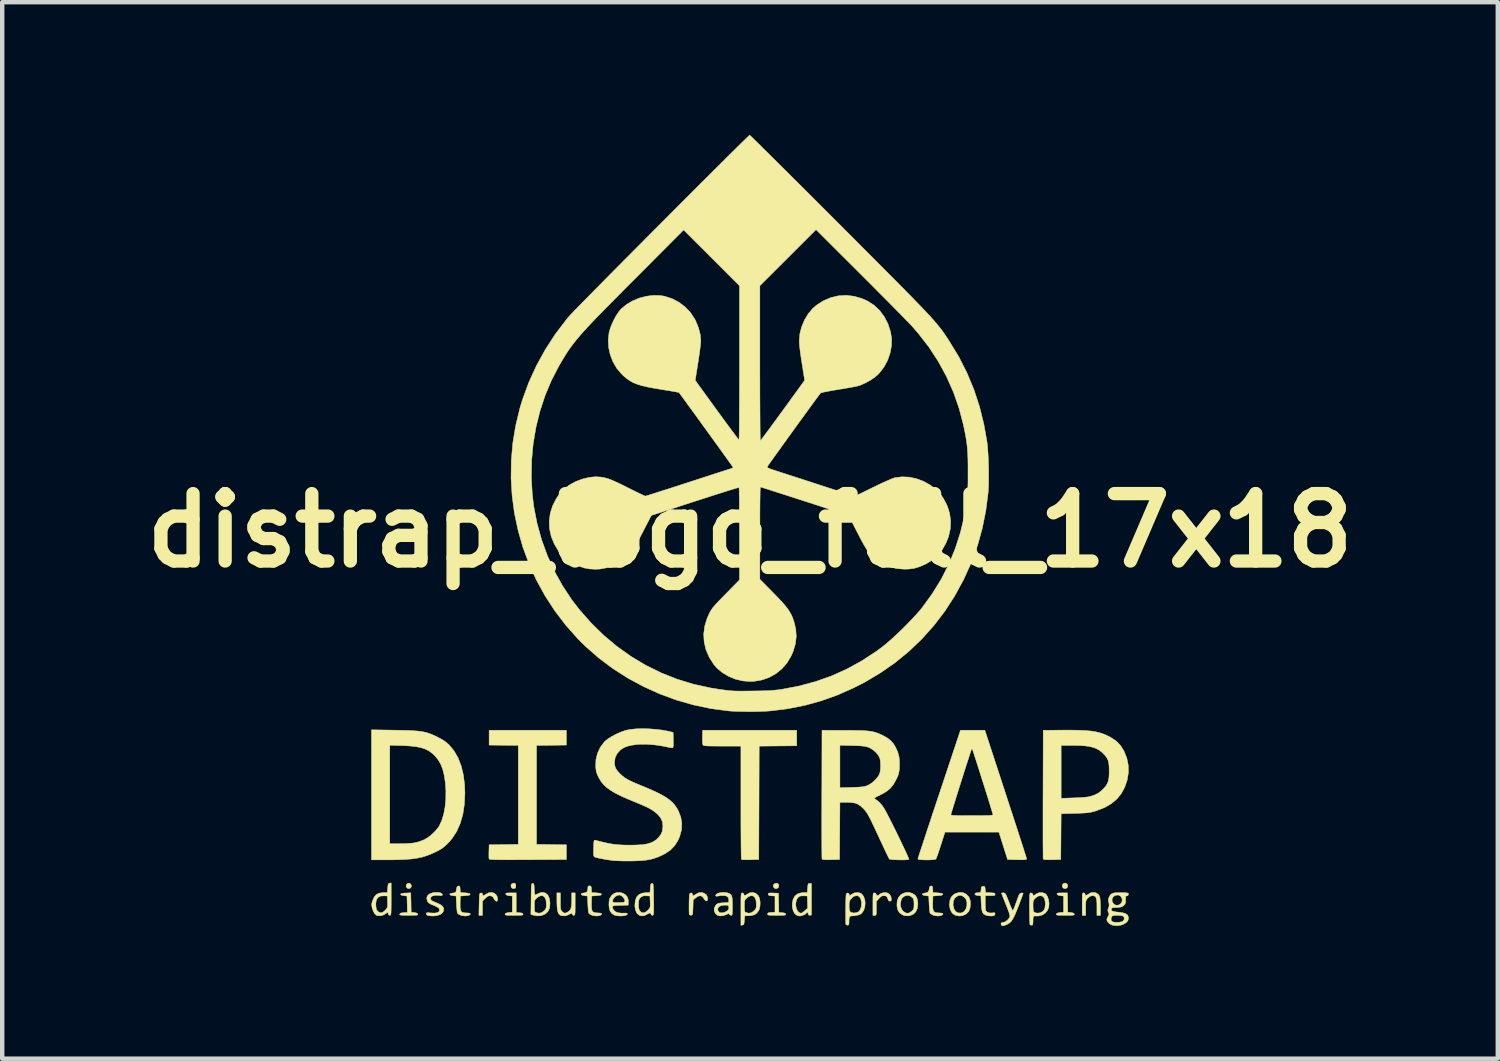
<source format=kicad_pcb>
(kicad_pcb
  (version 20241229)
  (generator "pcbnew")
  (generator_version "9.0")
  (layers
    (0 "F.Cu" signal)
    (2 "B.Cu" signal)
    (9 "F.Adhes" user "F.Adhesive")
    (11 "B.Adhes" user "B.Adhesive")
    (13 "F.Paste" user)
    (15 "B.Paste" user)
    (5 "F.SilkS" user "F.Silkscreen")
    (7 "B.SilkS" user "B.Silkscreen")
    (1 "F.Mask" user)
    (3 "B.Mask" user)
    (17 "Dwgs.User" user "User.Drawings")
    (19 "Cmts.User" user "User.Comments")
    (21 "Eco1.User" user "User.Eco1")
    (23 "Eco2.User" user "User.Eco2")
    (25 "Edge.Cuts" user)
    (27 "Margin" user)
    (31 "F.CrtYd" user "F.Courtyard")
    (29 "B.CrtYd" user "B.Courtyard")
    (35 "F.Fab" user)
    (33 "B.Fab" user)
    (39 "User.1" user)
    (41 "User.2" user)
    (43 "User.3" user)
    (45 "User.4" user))
  (footprint "distrap_logo_full_17x18"
    (layer "F.Cu")
    (at 13.905 8.943)
    (property "Reference" "distrap_logo_full_17x18" (at 0 0 0) (layer "F.SilkS") (effects (font (size 1.524 1.524) (thickness 0.3))))
    (attr through_hole)
    (fp_poly (pts (xy -7.687 7.979) (xy -7.66 8.01) (xy -7.656 8.047) (xy -7.672 8.079) (xy -7.706 8.096) (xy -7.715 8.096) (xy -7.749 8.085) (xy -7.762 8.073) (xy -7.776 8.038) (xy -7.767 8.003) (xy -7.743 7.978) (xy -7.71 7.971) (xy -7.687 7.979)) (stroke (width 0.01) (type solid)) (fill yes) (layer "F.SilkS"))
    (fp_poly (pts (xy -5.337 7.972) (xy -5.308 7.98) (xy -5.296 8.001) (xy -5.294 8.033) (xy -5.298 8.071) (xy -5.312 8.088) (xy -5.337 8.093) (xy -5.377 8.088) (xy -5.397 8.065) (xy -5.406 8.023) (xy -5.39 7.989) (xy -5.354 7.972) (xy -5.337 7.972)) (stroke (width 0.01) (type solid)) (fill yes) (layer "F.SilkS"))
    (fp_poly (pts (xy 0.611 7.976) (xy 0.641 7.991) (xy 0.651 8.024) (xy 0.651 8.031) (xy 0.638 8.072) (xy 0.608 8.094) (xy 0.57 8.094) (xy 0.543 8.077) (xy 0.524 8.042) (xy 0.531 8.007) (xy 0.557 7.981) (xy 0.597 7.973) (xy 0.611 7.976)) (stroke (width 0.01) (type solid)) (fill yes) (layer "F.SilkS"))
    (fp_poly (pts (xy 7.158 7.982) (xy 7.176 8.001) (xy 7.183 8.043) (xy 7.166 8.078) (xy 7.13 8.096) (xy 7.12 8.096) (xy 7.081 8.083) (xy 7.064 8.065) (xy 7.057 8.023) (xy 7.074 7.988) (xy 7.11 7.97) (xy 7.12 7.969) (xy 7.158 7.982)) (stroke (width 0.01) (type solid)) (fill yes) (layer "F.SilkS"))
    (fp_poly (pts (xy -4.151 4.85) (xy -4.489 4.854) (xy -4.826 4.858) (xy -4.826 7.095) (xy -4.489 7.1) (xy -4.151 7.104) (xy -4.151 7.437) (xy -5.021 7.442) (xy -5.214 7.442) (xy -5.378 7.443) (xy -5.515 7.443) (xy -5.626 7.442) (xy -5.715 7.441) (xy -5.784 7.439) (xy -5.834 7.437) (xy -5.868 7.434) (xy -5.889 7.43) (xy -5.898 7.426) (xy -5.899 7.424) (xy -5.902 7.4) (xy -5.903 7.352) (xy -5.903 7.289) (xy -5.902 7.254) (xy -5.898 7.104) (xy -5.568 7.1) (xy -5.239 7.095) (xy -5.239 4.858) (xy -5.568 4.854) (xy -5.898 4.85) (xy -5.898 4.516) (xy -4.151 4.516) (xy -4.151 4.85)) (stroke (width 0.01) (type solid)) (fill yes) (layer "F.SilkS"))
    (fp_poly (pts (xy -5.286 8.634) (xy -5.211 8.639) (xy -5.162 8.646) (xy -5.137 8.659) (xy -5.131 8.672) (xy -5.131 8.683) (xy -5.14 8.691) (xy -5.164 8.696) (xy -5.206 8.698) (xy -5.271 8.699) (xy -5.334 8.7) (xy -5.419 8.699) (xy -5.477 8.698) (xy -5.513 8.694) (xy -5.532 8.689) (xy -5.538 8.68) (xy -5.537 8.672) (xy -5.524 8.653) (xy -5.49 8.641) (xy -5.453 8.636) (xy -5.374 8.628) (xy -5.374 8.263) (xy -5.445 8.255) (xy -5.495 8.245) (xy -5.518 8.228) (xy -5.522 8.219) (xy -5.521 8.205) (xy -5.508 8.197) (xy -5.476 8.193) (xy -5.42 8.192) (xy -5.407 8.191) (xy -5.286 8.191) (xy -5.286 8.634)) (stroke (width 0.01) (type solid)) (fill yes) (layer "F.SilkS"))
    (fp_poly (pts (xy -7.664 8.409) (xy -7.66 8.628) (xy -7.588 8.636) (xy -7.539 8.646) (xy -7.515 8.663) (xy -7.512 8.672) (xy -7.512 8.683) (xy -7.522 8.691) (xy -7.545 8.696) (xy -7.587 8.698) (xy -7.652 8.699) (xy -7.715 8.7) (xy -7.8 8.699) (xy -7.858 8.698) (xy -7.894 8.694) (xy -7.913 8.689) (xy -7.919 8.68) (xy -7.919 8.672) (xy -7.908 8.654) (xy -7.878 8.644) (xy -7.83 8.639) (xy -7.746 8.634) (xy -7.75 8.449) (xy -7.755 8.263) (xy -7.826 8.255) (xy -7.876 8.245) (xy -7.897 8.229) (xy -7.898 8.223) (xy -7.891 8.21) (xy -7.865 8.202) (xy -7.816 8.196) (xy -7.783 8.195) (xy -7.669 8.19) (xy -7.664 8.409)) (stroke (width 0.01) (type solid)) (fill yes) (layer "F.SilkS"))
    (fp_poly (pts (xy 7.179 8.41) (xy 7.183 8.628) (xy 7.255 8.636) (xy 7.304 8.646) (xy 7.328 8.663) (xy 7.331 8.672) (xy 7.331 8.683) (xy 7.321 8.691) (xy 7.298 8.696) (xy 7.256 8.698) (xy 7.191 8.699) (xy 7.128 8.7) (xy 7.043 8.699) (xy 6.985 8.698) (xy 6.949 8.694) (xy 6.93 8.689) (xy 6.924 8.68) (xy 6.924 8.672) (xy 6.937 8.653) (xy 6.972 8.641) (xy 7.009 8.636) (xy 7.088 8.628) (xy 7.088 8.263) (xy 7.017 8.255) (xy 6.967 8.245) (xy 6.944 8.228) (xy 6.94 8.219) (xy 6.941 8.205) (xy 6.954 8.197) (xy 6.986 8.193) (xy 7.043 8.192) (xy 7.055 8.191) (xy 7.175 8.191) (xy 7.179 8.41)) (stroke (width 0.01) (type solid)) (fill yes) (layer "F.SilkS"))
    (fp_poly (pts (xy 0.508 8.194) (xy 0.528 8.195) (xy 0.643 8.199) (xy 0.647 8.417) (xy 0.652 8.634) (xy 0.727 8.639) (xy 0.776 8.646) (xy 0.801 8.659) (xy 0.807 8.672) (xy 0.806 8.683) (xy 0.797 8.691) (xy 0.773 8.696) (xy 0.731 8.698) (xy 0.666 8.699) (xy 0.604 8.7) (xy 0.52 8.699) (xy 0.462 8.698) (xy 0.426 8.695) (xy 0.406 8.689) (xy 0.398 8.68) (xy 0.397 8.669) (xy 0.402 8.65) (xy 0.421 8.639) (xy 0.463 8.634) (xy 0.48 8.633) (xy 0.564 8.628) (xy 0.564 8.263) (xy 0.488 8.258) (xy 0.442 8.253) (xy 0.419 8.243) (xy 0.413 8.224) (xy 0.413 8.222) (xy 0.415 8.205) (xy 0.428 8.196) (xy 0.457 8.193) (xy 0.508 8.194)) (stroke (width 0.01) (type solid)) (fill yes) (layer "F.SilkS"))
    (fp_poly (pts (xy -5.786 8.196) (xy -5.739 8.234) (xy -5.715 8.279) (xy -5.704 8.334) (xy -5.711 8.37) (xy -5.73 8.382) (xy -5.757 8.369) (xy -5.786 8.328) (xy -5.789 8.322) (xy -5.814 8.282) (xy -5.843 8.263) (xy -5.871 8.258) (xy -5.907 8.259) (xy -5.939 8.274) (xy -5.979 8.309) (xy -5.986 8.316) (xy -6.048 8.378) (xy -6.048 8.7) (xy -6.129 8.7) (xy -6.124 8.449) (xy -6.122 8.355) (xy -6.12 8.288) (xy -6.117 8.244) (xy -6.112 8.217) (xy -6.105 8.202) (xy -6.095 8.196) (xy -6.084 8.194) (xy -6.056 8.197) (xy -6.048 8.222) (xy -6.048 8.222) (xy -6.041 8.25) (xy -6.017 8.251) (xy -5.976 8.226) (xy -5.974 8.224) (xy -5.91 8.189) (xy -5.845 8.181) (xy -5.786 8.196)) (stroke (width 0.01) (type solid)) (fill yes) (layer "F.SilkS"))
    (fp_poly (pts (xy 1.056 4.866) (xy 0.631 4.87) (xy 0.207 4.874) (xy 0.203 6.156) (xy 0.198 7.437) (xy 0.007 7.442) (xy -0.068 7.443) (xy -0.131 7.442) (xy -0.176 7.439) (xy -0.195 7.435) (xy -0.195 7.435) (xy -0.197 7.418) (xy -0.199 7.371) (xy -0.2 7.298) (xy -0.202 7.2) (xy -0.203 7.08) (xy -0.204 6.94) (xy -0.205 6.782) (xy -0.206 6.61) (xy -0.206 6.425) (xy -0.206 6.23) (xy -0.206 6.149) (xy -0.206 4.874) (xy -0.625 4.874) (xy -0.756 4.873) (xy -0.859 4.872) (xy -0.936 4.871) (xy -0.992 4.868) (xy -1.029 4.864) (xy -1.052 4.858) (xy -1.062 4.851) (xy -1.072 4.822) (xy -1.076 4.763) (xy -1.076 4.676) (xy -1.076 4.673) (xy -1.072 4.516) (xy 1.056 4.516) (xy 1.056 4.866)) (stroke (width 0.01) (type solid)) (fill yes) (layer "F.SilkS"))
    (fp_poly (pts (xy 3.084 8.186) (xy 3.101 8.191) (xy 3.155 8.223) (xy 3.186 8.276) (xy 3.195 8.326) (xy 3.193 8.362) (xy 3.175 8.377) (xy 3.165 8.379) (xy 3.138 8.374) (xy 3.122 8.346) (xy 3.12 8.339) (xy 3.1 8.288) (xy 3.07 8.262) (xy 3.024 8.255) (xy 2.985 8.261) (xy 2.948 8.285) (xy 2.915 8.319) (xy 2.857 8.382) (xy 2.857 8.541) (xy 2.857 8.613) (xy 2.856 8.659) (xy 2.851 8.685) (xy 2.842 8.696) (xy 2.827 8.699) (xy 2.818 8.7) (xy 2.778 8.7) (xy 2.778 8.445) (xy 2.778 8.351) (xy 2.779 8.283) (xy 2.781 8.238) (xy 2.785 8.211) (xy 2.792 8.197) (xy 2.802 8.192) (xy 2.811 8.191) (xy 2.843 8.205) (xy 2.853 8.223) (xy 2.871 8.251) (xy 2.898 8.25) (xy 2.92 8.232) (xy 2.964 8.201) (xy 3.023 8.185) (xy 3.084 8.186)) (stroke (width 0.01) (type solid)) (fill yes) (layer "F.SilkS"))
    (fp_poly (pts (xy -4.286 8.383) (xy -4.286 8.464) (xy -4.284 8.52) (xy -4.28 8.557) (xy -4.272 8.582) (xy -4.259 8.6) (xy -4.247 8.613) (xy -4.213 8.642) (xy -4.183 8.65) (xy -4.144 8.636) (xy -4.129 8.629) (xy -4.089 8.603) (xy -4.061 8.571) (xy -4.044 8.527) (xy -4.035 8.463) (xy -4.032 8.376) (xy -4.032 8.359) (xy -4.032 8.191) (xy -3.953 8.191) (xy -3.953 8.445) (xy -3.953 8.54) (xy -3.954 8.608) (xy -3.956 8.653) (xy -3.96 8.681) (xy -3.967 8.694) (xy -3.977 8.699) (xy -3.985 8.7) (xy -4.01 8.69) (xy -4.016 8.676) (xy -4.023 8.656) (xy -4.046 8.656) (xy -4.087 8.676) (xy -4.099 8.684) (xy -4.173 8.711) (xy -4.251 8.709) (xy -4.283 8.699) (xy -4.315 8.677) (xy -4.339 8.637) (xy -4.354 8.577) (xy -4.363 8.493) (xy -4.366 8.383) (xy -4.366 8.191) (xy -4.286 8.191) (xy -4.286 8.383)) (stroke (width 0.01) (type solid)) (fill yes) (layer "F.SilkS"))
    (fp_poly (pts (xy 7.822 8.191) (xy 7.872 8.224) (xy 7.9 8.265) (xy 7.912 8.315) (xy 7.919 8.395) (xy 7.922 8.506) (xy 7.922 8.508) (xy 7.922 8.7) (xy 7.842 8.7) (xy 7.842 8.513) (xy 7.841 8.415) (xy 7.834 8.345) (xy 7.822 8.298) (xy 7.802 8.271) (xy 7.772 8.258) (xy 7.741 8.255) (xy 7.694 8.265) (xy 7.648 8.298) (xy 7.639 8.307) (xy 7.617 8.331) (xy 7.602 8.353) (xy 7.594 8.38) (xy 7.59 8.419) (xy 7.588 8.477) (xy 7.588 8.53) (xy 7.588 8.7) (xy 7.509 8.7) (xy 7.509 8.445) (xy 7.509 8.351) (xy 7.51 8.283) (xy 7.512 8.238) (xy 7.516 8.21) (xy 7.523 8.197) (xy 7.533 8.192) (xy 7.541 8.191) (xy 7.566 8.201) (xy 7.572 8.214) (xy 7.582 8.243) (xy 7.607 8.247) (xy 7.641 8.225) (xy 7.642 8.225) (xy 7.698 8.19) (xy 7.761 8.179) (xy 7.822 8.191)) (stroke (width 0.01) (type solid)) (fill yes) (layer "F.SilkS"))
    (fp_poly (pts (xy -1.039 8.197) (xy -0.99 8.234) (xy -0.969 8.269) (xy -0.956 8.321) (xy -0.961 8.358) (xy -0.98 8.374) (xy -1.007 8.366) (xy -1.036 8.332) (xy -1.044 8.319) (xy -1.08 8.272) (xy -1.126 8.256) (xy -1.179 8.269) (xy -1.228 8.303) (xy -1.285 8.353) (xy -1.289 8.522) (xy -1.292 8.597) (xy -1.295 8.646) (xy -1.3 8.675) (xy -1.309 8.69) (xy -1.322 8.695) (xy -1.33 8.697) (xy -1.361 8.692) (xy -1.374 8.68) (xy -1.376 8.657) (xy -1.378 8.609) (xy -1.379 8.541) (xy -1.378 8.461) (xy -1.378 8.429) (xy -1.376 8.339) (xy -1.373 8.277) (xy -1.37 8.236) (xy -1.365 8.212) (xy -1.356 8.2) (xy -1.344 8.195) (xy -1.337 8.194) (xy -1.31 8.197) (xy -1.302 8.222) (xy -1.302 8.222) (xy -1.294 8.25) (xy -1.27 8.251) (xy -1.23 8.226) (xy -1.227 8.224) (xy -1.165 8.19) (xy -1.099 8.182) (xy -1.039 8.197)) (stroke (width 0.01) (type solid)) (fill yes) (layer "F.SilkS"))
    (fp_poly (pts (xy 4.815 8.186) (xy 4.886 8.219) (xy 4.943 8.279) (xy 4.958 8.304) (xy 4.978 8.369) (xy 4.984 8.449) (xy 4.974 8.53) (xy 4.95 8.599) (xy 4.938 8.618) (xy 4.881 8.673) (xy 4.808 8.706) (xy 4.726 8.715) (xy 4.644 8.698) (xy 4.623 8.689) (xy 4.567 8.644) (xy 4.529 8.577) (xy 4.51 8.49) (xy 4.508 8.453) (xy 4.51 8.444) (xy 4.59 8.444) (xy 4.591 8.472) (xy 4.609 8.551) (xy 4.645 8.608) (xy 4.696 8.641) (xy 4.758 8.647) (xy 4.801 8.636) (xy 4.849 8.603) (xy 4.883 8.547) (xy 4.902 8.479) (xy 4.903 8.407) (xy 4.884 8.339) (xy 4.881 8.332) (xy 4.847 8.292) (xy 4.802 8.262) (xy 4.801 8.261) (xy 4.759 8.248) (xy 4.723 8.25) (xy 4.692 8.261) (xy 4.635 8.301) (xy 4.601 8.362) (xy 4.59 8.444) (xy 4.51 8.444) (xy 4.52 8.355) (xy 4.554 8.279) (xy 4.611 8.224) (xy 4.647 8.204) (xy 4.734 8.18) (xy 4.815 8.186)) (stroke (width 0.01) (type solid)) (fill yes) (layer "F.SilkS"))
    (fp_poly (pts (xy 3.676 8.206) (xy 3.735 8.246) (xy 3.773 8.306) (xy 3.792 8.388) (xy 3.794 8.44) (xy 3.783 8.539) (xy 3.749 8.617) (xy 3.694 8.673) (xy 3.618 8.704) (xy 3.577 8.711) (xy 3.5 8.708) (xy 3.446 8.688) (xy 3.383 8.644) (xy 3.344 8.585) (xy 3.324 8.505) (xy 3.321 8.478) (xy 3.324 8.419) (xy 3.401 8.419) (xy 3.404 8.494) (xy 3.427 8.561) (xy 3.468 8.613) (xy 3.523 8.645) (xy 3.568 8.652) (xy 3.601 8.642) (xy 3.642 8.616) (xy 3.655 8.606) (xy 3.682 8.579) (xy 3.698 8.554) (xy 3.705 8.52) (xy 3.707 8.468) (xy 3.707 8.448) (xy 3.705 8.386) (xy 3.699 8.345) (xy 3.685 8.316) (xy 3.67 8.298) (xy 3.616 8.26) (xy 3.555 8.249) (xy 3.496 8.263) (xy 3.446 8.3) (xy 3.42 8.341) (xy 3.401 8.419) (xy 3.324 8.419) (xy 3.326 8.378) (xy 3.355 8.297) (xy 3.408 8.235) (xy 3.451 8.208) (xy 3.528 8.181) (xy 3.6 8.181) (xy 3.676 8.206)) (stroke (width 0.01) (type solid)) (fill yes) (layer "F.SilkS"))
    (fp_poly (pts (xy -6.999 8.19) (xy -6.963 8.21) (xy -6.953 8.233) (xy -6.958 8.247) (xy -6.975 8.253) (xy -7.013 8.252) (xy -7.045 8.249) (xy -7.123 8.248) (xy -7.181 8.262) (xy -7.214 8.291) (xy -7.22 8.308) (xy -7.219 8.338) (xy -7.198 8.364) (xy -7.154 8.389) (xy -7.086 8.416) (xy -7.002 8.454) (xy -6.947 8.498) (xy -6.923 8.548) (xy -6.929 8.601) (xy -6.947 8.634) (xy -6.994 8.675) (xy -7.063 8.702) (xy -7.149 8.714) (xy -7.245 8.71) (xy -7.283 8.704) (xy -7.313 8.686) (xy -7.318 8.665) (xy -7.316 8.649) (xy -7.304 8.64) (xy -7.276 8.639) (xy -7.224 8.644) (xy -7.215 8.645) (xy -7.126 8.648) (xy -7.064 8.637) (xy -7.028 8.612) (xy -7.02 8.575) (xy -7.026 8.552) (xy -7.04 8.532) (xy -7.069 8.513) (xy -7.117 8.489) (xy -7.189 8.459) (xy -7.245 8.432) (xy -7.279 8.403) (xy -7.296 8.372) (xy -7.309 8.31) (xy -7.293 8.258) (xy -7.249 8.217) (xy -7.18 8.19) (xy -7.125 8.181) (xy -7.055 8.18) (xy -6.999 8.19)) (stroke (width 0.01) (type solid)) (fill yes) (layer "F.SilkS"))
    (fp_poly (pts (xy -6.572 8.036) (xy -6.56 8.05) (xy -6.555 8.086) (xy -6.553 8.107) (xy -6.548 8.184) (xy -6.437 8.191) (xy -6.376 8.198) (xy -6.341 8.206) (xy -6.327 8.218) (xy -6.326 8.223) (xy -6.334 8.237) (xy -6.362 8.247) (xy -6.415 8.253) (xy -6.437 8.255) (xy -6.548 8.263) (xy -6.553 8.423) (xy -6.553 8.511) (xy -6.546 8.572) (xy -6.529 8.612) (xy -6.498 8.633) (xy -6.451 8.642) (xy -6.413 8.644) (xy -6.354 8.648) (xy -6.324 8.659) (xy -6.325 8.678) (xy -6.341 8.693) (xy -6.385 8.71) (xy -6.445 8.714) (xy -6.51 8.706) (xy -6.551 8.693) (xy -6.589 8.672) (xy -6.613 8.65) (xy -6.614 8.649) (xy -6.62 8.626) (xy -6.626 8.578) (xy -6.632 8.512) (xy -6.636 8.445) (xy -6.644 8.263) (xy -6.715 8.255) (xy -6.766 8.244) (xy -6.788 8.227) (xy -6.782 8.21) (xy -6.745 8.198) (xy -6.719 8.195) (xy -6.679 8.19) (xy -6.656 8.177) (xy -6.643 8.149) (xy -6.634 8.099) (xy -6.632 8.08) (xy -6.617 8.046) (xy -6.593 8.036) (xy -6.572 8.036)) (stroke (width 0.01) (type solid)) (fill yes) (layer "F.SilkS"))
    (fp_poly (pts (xy 4.112 8.036) (xy 4.123 8.05) (xy 4.129 8.086) (xy 4.131 8.107) (xy 4.135 8.184) (xy 4.247 8.191) (xy 4.308 8.198) (xy 4.343 8.206) (xy 4.357 8.218) (xy 4.358 8.223) (xy 4.35 8.237) (xy 4.322 8.247) (xy 4.269 8.253) (xy 4.247 8.255) (xy 4.135 8.263) (xy 4.131 8.423) (xy 4.131 8.511) (xy 4.138 8.572) (xy 4.155 8.612) (xy 4.186 8.633) (xy 4.233 8.642) (xy 4.27 8.644) (xy 4.33 8.648) (xy 4.36 8.659) (xy 4.359 8.678) (xy 4.343 8.693) (xy 4.299 8.71) (xy 4.239 8.714) (xy 4.174 8.706) (xy 4.133 8.693) (xy 4.095 8.672) (xy 4.071 8.65) (xy 4.07 8.649) (xy 4.064 8.626) (xy 4.057 8.578) (xy 4.052 8.512) (xy 4.048 8.445) (xy 4.04 8.263) (xy 3.969 8.255) (xy 3.919 8.244) (xy 3.896 8.227) (xy 3.901 8.21) (xy 3.933 8.198) (xy 3.956 8.195) (xy 4.007 8.184) (xy 4.035 8.159) (xy 4.049 8.112) (xy 4.051 8.096) (xy 4.06 8.056) (xy 4.079 8.038) (xy 4.091 8.036) (xy 4.112 8.036)) (stroke (width 0.01) (type solid)) (fill yes) (layer "F.SilkS"))
    (fp_poly (pts (xy -3.605 8.036) (xy -3.592 8.051) (xy -3.586 8.087) (xy -3.585 8.108) (xy -3.58 8.184) (xy -3.469 8.191) (xy -3.407 8.198) (xy -3.372 8.206) (xy -3.358 8.218) (xy -3.358 8.223) (xy -3.366 8.237) (xy -3.393 8.247) (xy -3.446 8.253) (xy -3.469 8.255) (xy -3.58 8.263) (xy -3.584 8.423) (xy -3.585 8.511) (xy -3.577 8.572) (xy -3.56 8.612) (xy -3.529 8.633) (xy -3.483 8.642) (xy -3.445 8.644) (xy -3.385 8.648) (xy -3.356 8.659) (xy -3.356 8.678) (xy -3.373 8.693) (xy -3.416 8.71) (xy -3.477 8.714) (xy -3.541 8.706) (xy -3.582 8.693) (xy -3.62 8.672) (xy -3.645 8.65) (xy -3.645 8.649) (xy -3.652 8.626) (xy -3.658 8.578) (xy -3.663 8.512) (xy -3.667 8.445) (xy -3.675 8.263) (xy -3.747 8.255) (xy -3.795 8.244) (xy -3.818 8.227) (xy -3.815 8.21) (xy -3.783 8.197) (xy -3.762 8.194) (xy -3.708 8.183) (xy -3.679 8.158) (xy -3.668 8.113) (xy -3.667 8.094) (xy -3.665 8.054) (xy -3.654 8.037) (xy -3.629 8.033) (xy -3.628 8.033) (xy -3.605 8.036)) (stroke (width 0.01) (type solid)) (fill yes) (layer "F.SilkS"))
    (fp_poly (pts (xy 1.389 8.692) (xy 1.353 8.697) (xy 1.325 8.694) (xy 1.318 8.669) (xy 1.318 8.669) (xy 1.308 8.642) (xy 1.294 8.636) (xy 1.273 8.644) (xy 1.27 8.65) (xy 1.256 8.667) (xy 1.223 8.686) (xy 1.18 8.703) (xy 1.139 8.714) (xy 1.125 8.715) (xy 1.083 8.707) (xy 1.045 8.691) (xy 1.003 8.651) (xy 0.973 8.588) (xy 0.956 8.508) (xy 0.956 8.485) (xy 1.035 8.485) (xy 1.05 8.551) (xy 1.078 8.606) (xy 1.117 8.641) (xy 1.155 8.651) (xy 1.177 8.642) (xy 1.212 8.616) (xy 1.239 8.594) (xy 1.303 8.536) (xy 1.294 8.263) (xy 1.219 8.258) (xy 1.147 8.261) (xy 1.097 8.282) (xy 1.063 8.325) (xy 1.054 8.343) (xy 1.036 8.413) (xy 1.035 8.485) (xy 0.956 8.485) (xy 0.956 8.43) (xy 0.974 8.335) (xy 1.014 8.263) (xy 1.076 8.214) (xy 1.159 8.189) (xy 1.201 8.185) (xy 1.294 8.183) (xy 1.302 8.08) (xy 1.307 8.025) (xy 1.314 7.994) (xy 1.325 7.98) (xy 1.345 7.977) (xy 1.349 7.977) (xy 1.389 7.977) (xy 1.389 8.692)) (stroke (width 0.01) (type solid)) (fill yes) (layer "F.SilkS"))
    (fp_poly (pts (xy 5.296 8.044) (xy 5.309 8.061) (xy 5.317 8.099) (xy 5.318 8.112) (xy 5.326 8.184) (xy 5.433 8.188) (xy 5.491 8.192) (xy 5.523 8.198) (xy 5.537 8.208) (xy 5.54 8.224) (xy 5.537 8.24) (xy 5.523 8.25) (xy 5.491 8.254) (xy 5.435 8.255) (xy 5.429 8.255) (xy 5.318 8.255) (xy 5.318 8.418) (xy 5.32 8.488) (xy 5.323 8.546) (xy 5.327 8.586) (xy 5.33 8.598) (xy 5.37 8.631) (xy 5.427 8.646) (xy 5.478 8.644) (xy 5.518 8.639) (xy 5.536 8.644) (xy 5.54 8.663) (xy 5.54 8.665) (xy 5.529 8.695) (xy 5.515 8.706) (xy 5.465 8.714) (xy 5.401 8.712) (xy 5.34 8.699) (xy 5.323 8.692) (xy 5.287 8.672) (xy 5.262 8.643) (xy 5.245 8.601) (xy 5.234 8.539) (xy 5.227 8.452) (xy 5.226 8.426) (xy 5.219 8.257) (xy 5.154 8.252) (xy 5.106 8.243) (xy 5.085 8.226) (xy 5.083 8.22) (xy 5.087 8.202) (xy 5.11 8.193) (xy 5.146 8.188) (xy 5.215 8.184) (xy 5.223 8.112) (xy 5.23 8.068) (xy 5.241 8.047) (xy 5.263 8.041) (xy 5.271 8.041) (xy 5.296 8.044)) (stroke (width 0.01) (type solid)) (fill yes) (layer "F.SilkS"))
    (fp_poly (pts (xy -2.875 8.198) (xy -2.818 8.232) (xy -2.775 8.282) (xy -2.752 8.348) (xy -2.75 8.397) (xy -2.754 8.469) (xy -2.933 8.474) (xy -3.015 8.476) (xy -3.069 8.481) (xy -3.1 8.49) (xy -3.111 8.506) (xy -3.107 8.53) (xy -3.093 8.563) (xy -3.056 8.608) (xy -2.994 8.638) (xy -2.91 8.65) (xy -2.868 8.649) (xy -2.812 8.648) (xy -2.782 8.652) (xy -2.771 8.662) (xy -2.77 8.667) (xy -2.785 8.688) (xy -2.823 8.703) (xy -2.877 8.712) (xy -2.939 8.714) (xy -3.002 8.709) (xy -3.057 8.697) (xy -3.08 8.688) (xy -3.128 8.651) (xy -3.163 8.604) (xy -3.182 8.542) (xy -3.19 8.464) (xy -3.186 8.385) (xy -3.183 8.37) (xy -3.107 8.37) (xy -3.103 8.393) (xy -3.079 8.407) (xy -3.032 8.411) (xy -2.963 8.41) (xy -2.899 8.407) (xy -2.86 8.403) (xy -2.84 8.395) (xy -2.831 8.381) (xy -2.829 8.37) (xy -2.837 8.334) (xy -2.865 8.294) (xy -2.903 8.259) (xy -2.942 8.24) (xy -2.952 8.239) (xy -3.011 8.253) (xy -3.063 8.288) (xy -3.095 8.333) (xy -3.107 8.37) (xy -3.183 8.37) (xy -3.171 8.317) (xy -3.169 8.313) (xy -3.128 8.248) (xy -3.072 8.205) (xy -3.008 8.183) (xy -2.94 8.181) (xy -2.875 8.198)) (stroke (width 0.01) (type solid)) (fill yes) (layer "F.SilkS"))
    (fp_poly (pts (xy -8.112 8.333) (xy -8.112 8.45) (xy -8.113 8.539) (xy -8.114 8.604) (xy -8.116 8.648) (xy -8.12 8.676) (xy -8.126 8.692) (xy -8.133 8.698) (xy -8.143 8.699) (xy -8.144 8.7) (xy -8.17 8.688) (xy -8.176 8.668) (xy -8.184 8.641) (xy -8.208 8.64) (xy -8.245 8.666) (xy -8.248 8.669) (xy -8.295 8.695) (xy -8.355 8.709) (xy -8.415 8.708) (xy -8.439 8.701) (xy -8.482 8.667) (xy -8.517 8.605) (xy -8.541 8.532) (xy -8.552 8.477) (xy -8.551 8.433) (xy -8.547 8.419) (xy -8.459 8.419) (xy -8.458 8.482) (xy -8.451 8.54) (xy -8.439 8.578) (xy -8.417 8.606) (xy -8.407 8.615) (xy -8.366 8.641) (xy -8.325 8.641) (xy -8.281 8.615) (xy -8.242 8.579) (xy -8.217 8.55) (xy -8.202 8.526) (xy -8.195 8.496) (xy -8.193 8.452) (xy -8.195 8.393) (xy -8.199 8.263) (xy -8.274 8.258) (xy -8.352 8.264) (xy -8.408 8.292) (xy -8.443 8.343) (xy -8.459 8.419) (xy -8.547 8.419) (xy -8.537 8.382) (xy -8.535 8.373) (xy -8.498 8.289) (xy -8.452 8.233) (xy -8.392 8.2) (xy -8.311 8.187) (xy -8.291 8.186) (xy -8.199 8.184) (xy -8.191 8.08) (xy -8.186 8.024) (xy -8.178 7.992) (xy -8.166 7.977) (xy -8.148 7.972) (xy -8.112 7.967) (xy -8.112 8.333)) (stroke (width 0.01) (type solid)) (fill yes) (layer "F.SilkS"))
    (fp_poly (pts (xy 0.13 8.201) (xy 0.183 8.249) (xy 0.196 8.268) (xy 0.219 8.33) (xy 0.229 8.407) (xy 0.226 8.488) (xy 0.211 8.559) (xy 0.198 8.588) (xy 0.151 8.65) (xy 0.096 8.688) (xy 0.023 8.705) (xy -0.02 8.708) (xy -0.119 8.711) (xy -0.127 8.812) (xy -0.133 8.868) (xy -0.14 8.899) (xy -0.153 8.914) (xy -0.171 8.919) (xy -0.206 8.924) (xy -0.206 8.558) (xy -0.206 8.487) (xy -0.127 8.487) (xy -0.127 8.487) (xy -0.126 8.553) (xy -0.123 8.594) (xy -0.116 8.617) (xy -0.103 8.63) (xy -0.091 8.636) (xy -0.023 8.651) (xy 0.036 8.638) (xy 0.089 8.598) (xy 0.119 8.566) (xy 0.135 8.537) (xy 0.141 8.499) (xy 0.143 8.442) (xy 0.143 8.441) (xy 0.134 8.357) (xy 0.11 8.296) (xy 0.072 8.262) (xy 0.024 8.254) (xy -0.033 8.276) (xy -0.071 8.304) (xy -0.098 8.329) (xy -0.115 8.351) (xy -0.123 8.379) (xy -0.127 8.422) (xy -0.127 8.487) (xy -0.206 8.487) (xy -0.206 8.441) (xy -0.206 8.352) (xy -0.205 8.287) (xy -0.202 8.243) (xy -0.198 8.215) (xy -0.193 8.199) (xy -0.185 8.193) (xy -0.175 8.192) (xy -0.175 8.191) (xy -0.149 8.201) (xy -0.143 8.214) (xy -0.133 8.242) (xy -0.107 8.246) (xy -0.07 8.225) (xy -0.002 8.188) (xy 0.066 8.181) (xy 0.13 8.201)) (stroke (width 0.01) (type solid)) (fill yes) (layer "F.SilkS"))
    (fp_poly (pts (xy 5.747 8.193) (xy 5.763 8.201) (xy 5.778 8.219) (xy 5.795 8.253) (xy 5.817 8.307) (xy 5.848 8.386) (xy 5.85 8.39) (xy 5.878 8.463) (xy 5.904 8.524) (xy 5.924 8.567) (xy 5.936 8.588) (xy 5.938 8.588) (xy 5.944 8.586) (xy 5.951 8.576) (xy 5.961 8.555) (xy 5.976 8.519) (xy 5.997 8.463) (xy 6.026 8.383) (xy 6.046 8.326) (xy 6.07 8.264) (xy 6.088 8.225) (xy 6.106 8.204) (xy 6.126 8.196) (xy 6.134 8.194) (xy 6.164 8.194) (xy 6.175 8.199) (xy 6.17 8.216) (xy 6.155 8.258) (xy 6.133 8.318) (xy 6.105 8.393) (xy 6.088 8.439) (xy 6.039 8.564) (xy 5.998 8.664) (xy 5.963 8.741) (xy 5.93 8.799) (xy 5.898 8.842) (xy 5.863 8.873) (xy 5.825 8.897) (xy 5.791 8.913) (xy 5.735 8.933) (xy 5.7 8.935) (xy 5.68 8.92) (xy 5.677 8.912) (xy 5.674 8.878) (xy 5.699 8.861) (xy 5.722 8.858) (xy 5.768 8.845) (xy 5.816 8.811) (xy 5.856 8.764) (xy 5.865 8.75) (xy 5.872 8.732) (xy 5.874 8.713) (xy 5.87 8.686) (xy 5.859 8.647) (xy 5.839 8.592) (xy 5.81 8.516) (xy 5.785 8.454) (xy 5.752 8.371) (xy 5.723 8.299) (xy 5.701 8.242) (xy 5.687 8.206) (xy 5.683 8.196) (xy 5.697 8.193) (xy 5.729 8.191) (xy 5.747 8.193)) (stroke (width 0.01) (type solid)) (fill yes) (layer "F.SilkS"))
    (fp_poly (pts (xy -4.898 7.98) (xy -4.888 7.993) (xy -4.882 8.022) (xy -4.878 8.073) (xy -4.877 8.108) (xy -4.874 8.168) (xy -4.868 8.214) (xy -4.862 8.237) (xy -4.86 8.239) (xy -4.84 8.232) (xy -4.803 8.216) (xy -4.786 8.207) (xy -4.728 8.183) (xy -4.682 8.178) (xy -4.634 8.192) (xy -4.618 8.2) (xy -4.569 8.243) (xy -4.537 8.312) (xy -4.523 8.405) (xy -4.522 8.431) (xy -4.531 8.527) (xy -4.56 8.601) (xy -4.612 8.656) (xy -4.651 8.68) (xy -4.731 8.708) (xy -4.815 8.711) (xy -4.894 8.696) (xy -4.954 8.68) (xy -4.951 8.487) (xy -4.874 8.487) (xy -4.874 8.487) (xy -4.873 8.553) (xy -4.87 8.594) (xy -4.863 8.617) (xy -4.85 8.63) (xy -4.838 8.636) (xy -4.77 8.651) (xy -4.71 8.638) (xy -4.658 8.598) (xy -4.628 8.566) (xy -4.612 8.537) (xy -4.605 8.499) (xy -4.604 8.442) (xy -4.604 8.441) (xy -4.612 8.357) (xy -4.637 8.296) (xy -4.674 8.262) (xy -4.723 8.254) (xy -4.78 8.276) (xy -4.818 8.304) (xy -4.845 8.329) (xy -4.861 8.351) (xy -4.87 8.379) (xy -4.873 8.422) (xy -4.874 8.487) (xy -4.951 8.487) (xy -4.949 8.329) (xy -4.948 8.215) (xy -4.946 8.128) (xy -4.944 8.066) (xy -4.941 8.023) (xy -4.937 7.997) (xy -4.931 7.983) (xy -4.922 7.978) (xy -4.913 7.977) (xy -4.898 7.98)) (stroke (width 0.01) (type solid)) (fill yes) (layer "F.SilkS"))
    (fp_poly (pts (xy -2.204 7.978) (xy -2.197 7.985) (xy -2.191 8) (xy -2.187 8.027) (xy -2.184 8.071) (xy -2.182 8.136) (xy -2.18 8.224) (xy -2.179 8.338) (xy -2.177 8.454) (xy -2.177 8.542) (xy -2.177 8.606) (xy -2.179 8.65) (xy -2.182 8.677) (xy -2.188 8.692) (xy -2.195 8.698) (xy -2.205 8.699) (xy -2.206 8.7) (xy -2.232 8.69) (xy -2.238 8.677) (xy -2.247 8.649) (xy -2.274 8.648) (xy -2.32 8.671) (xy -2.327 8.675) (xy -2.396 8.709) (xy -2.461 8.711) (xy -2.508 8.695) (xy -2.555 8.655) (xy -2.587 8.589) (xy -2.602 8.502) (xy -2.603 8.465) (xy -2.6 8.427) (xy -2.521 8.427) (xy -2.52 8.52) (xy -2.501 8.587) (xy -2.464 8.628) (xy -2.456 8.633) (xy -2.41 8.643) (xy -2.364 8.628) (xy -2.312 8.586) (xy -2.305 8.579) (xy -2.28 8.55) (xy -2.264 8.526) (xy -2.257 8.496) (xy -2.256 8.452) (xy -2.258 8.393) (xy -2.262 8.263) (xy -2.344 8.258) (xy -2.399 8.258) (xy -2.437 8.269) (xy -2.47 8.292) (xy -2.496 8.319) (xy -2.511 8.351) (xy -2.519 8.4) (xy -2.521 8.427) (xy -2.6 8.427) (xy -2.593 8.363) (xy -2.563 8.284) (xy -2.51 8.229) (xy -2.436 8.197) (xy -2.351 8.186) (xy -2.262 8.184) (xy -2.254 8.08) (xy -2.249 8.024) (xy -2.241 7.993) (xy -2.229 7.98) (xy -2.215 7.977) (xy -2.204 7.978)) (stroke (width 0.01) (type solid)) (fill yes) (layer "F.SilkS"))
    (fp_poly (pts (xy -0.541 8.184) (xy -0.511 8.191) (xy -0.469 8.205) (xy -0.439 8.223) (xy -0.418 8.252) (xy -0.406 8.296) (xy -0.399 8.359) (xy -0.397 8.448) (xy -0.397 8.489) (xy -0.397 8.574) (xy -0.399 8.633) (xy -0.402 8.67) (xy -0.407 8.69) (xy -0.416 8.698) (xy -0.427 8.7) (xy -0.457 8.688) (xy -0.466 8.675) (xy -0.476 8.662) (xy -0.494 8.663) (xy -0.531 8.679) (xy -0.539 8.683) (xy -0.612 8.709) (xy -0.683 8.713) (xy -0.738 8.697) (xy -0.785 8.655) (xy -0.809 8.599) (xy -0.808 8.566) (xy -0.73 8.566) (xy -0.718 8.609) (xy -0.684 8.636) (xy -0.635 8.644) (xy -0.578 8.633) (xy -0.522 8.603) (xy -0.489 8.572) (xy -0.479 8.539) (xy -0.479 8.519) (xy -0.483 8.491) (xy -0.494 8.476) (xy -0.52 8.47) (xy -0.568 8.47) (xy -0.574 8.47) (xy -0.651 8.478) (xy -0.703 8.504) (xy -0.728 8.545) (xy -0.73 8.566) (xy -0.808 8.566) (xy -0.808 8.537) (xy -0.78 8.477) (xy -0.772 8.467) (xy -0.749 8.445) (xy -0.723 8.43) (xy -0.684 8.422) (xy -0.625 8.416) (xy -0.609 8.415) (xy -0.484 8.406) (xy -0.479 8.357) (xy -0.487 8.304) (xy -0.52 8.269) (xy -0.577 8.252) (xy -0.659 8.253) (xy -0.71 8.261) (xy -0.753 8.267) (xy -0.773 8.263) (xy -0.778 8.249) (xy -0.763 8.222) (xy -0.725 8.201) (xy -0.67 8.186) (xy -0.606 8.18) (xy -0.541 8.184)) (stroke (width 0.01) (type solid)) (fill yes) (layer "F.SilkS"))
    (fp_poly (pts (xy 2.489 8.194) (xy 2.525 8.215) (xy 2.569 8.273) (xy 2.595 8.347) (xy 2.603 8.428) (xy 2.595 8.51) (xy 2.571 8.585) (xy 2.531 8.645) (xy 2.49 8.677) (xy 2.441 8.694) (xy 2.381 8.706) (xy 2.354 8.709) (xy 2.304 8.713) (xy 2.266 8.719) (xy 2.255 8.723) (xy 2.246 8.743) (xy 2.24 8.785) (xy 2.238 8.827) (xy 2.237 8.88) (xy 2.232 8.909) (xy 2.22 8.92) (xy 2.206 8.922) (xy 2.176 8.913) (xy 2.166 8.902) (xy 2.164 8.88) (xy 2.163 8.832) (xy 2.162 8.762) (xy 2.162 8.675) (xy 2.162 8.577) (xy 2.163 8.54) (xy 2.164 8.432) (xy 2.241 8.432) (xy 2.241 8.502) (xy 2.241 8.517) (xy 2.246 8.572) (xy 2.255 8.604) (xy 2.272 8.624) (xy 2.286 8.632) (xy 2.34 8.646) (xy 2.401 8.64) (xy 2.454 8.618) (xy 2.462 8.611) (xy 2.497 8.561) (xy 2.516 8.492) (xy 2.521 8.417) (xy 2.508 8.344) (xy 2.486 8.295) (xy 2.448 8.261) (xy 2.398 8.254) (xy 2.344 8.272) (xy 2.303 8.304) (xy 2.269 8.343) (xy 2.249 8.383) (xy 2.241 8.432) (xy 2.164 8.432) (xy 2.164 8.428) (xy 2.166 8.344) (xy 2.168 8.283) (xy 2.171 8.242) (xy 2.176 8.216) (xy 2.182 8.203) (xy 2.191 8.197) (xy 2.201 8.195) (xy 2.231 8.201) (xy 2.243 8.224) (xy 2.252 8.258) (xy 2.302 8.221) (xy 2.361 8.192) (xy 2.428 8.183) (xy 2.489 8.194)) (stroke (width 0.01) (type solid)) (fill yes) (layer "F.SilkS"))
    (fp_poly (pts (xy 6.656 8.199) (xy 6.689 8.221) (xy 6.723 8.271) (xy 6.747 8.341) (xy 6.759 8.421) (xy 6.756 8.5) (xy 6.729 8.581) (xy 6.677 8.646) (xy 6.607 8.692) (xy 6.524 8.714) (xy 6.479 8.715) (xy 6.436 8.713) (xy 6.412 8.72) (xy 6.401 8.742) (xy 6.398 8.786) (xy 6.398 8.819) (xy 6.396 8.875) (xy 6.392 8.906) (xy 6.382 8.919) (xy 6.369 8.922) (xy 6.338 8.917) (xy 6.329 8.911) (xy 6.326 8.893) (xy 6.323 8.848) (xy 6.321 8.78) (xy 6.319 8.694) (xy 6.318 8.596) (xy 6.318 8.546) (xy 6.318 8.48) (xy 6.398 8.48) (xy 6.399 8.539) (xy 6.404 8.587) (xy 6.409 8.613) (xy 6.41 8.614) (xy 6.445 8.64) (xy 6.497 8.65) (xy 6.557 8.641) (xy 6.588 8.628) (xy 6.625 8.603) (xy 6.649 8.576) (xy 6.669 8.518) (xy 6.676 8.449) (xy 6.671 8.38) (xy 6.656 8.32) (xy 6.631 8.279) (xy 6.626 8.275) (xy 6.573 8.255) (xy 6.516 8.264) (xy 6.459 8.302) (xy 6.452 8.309) (xy 6.424 8.339) (xy 6.408 8.365) (xy 6.4 8.399) (xy 6.398 8.449) (xy 6.398 8.48) (xy 6.318 8.48) (xy 6.318 8.431) (xy 6.319 8.344) (xy 6.32 8.282) (xy 6.322 8.239) (xy 6.326 8.212) (xy 6.332 8.198) (xy 6.34 8.193) (xy 6.351 8.192) (xy 6.351 8.191) (xy 6.383 8.205) (xy 6.393 8.223) (xy 6.401 8.247) (xy 6.412 8.252) (xy 6.436 8.239) (xy 6.463 8.219) (xy 6.525 8.19) (xy 6.593 8.183) (xy 6.656 8.199)) (stroke (width 0.01) (type solid)) (fill yes) (layer "F.SilkS"))
    (fp_poly (pts (xy -8.037 4.513) (xy -7.867 4.516) (xy -7.725 4.52) (xy -7.606 4.526) (xy -7.506 4.534) (xy -7.42 4.545) (xy -7.345 4.56) (xy -7.276 4.579) (xy -7.209 4.603) (xy -7.14 4.633) (xy -7.064 4.67) (xy -6.971 4.719) (xy -6.898 4.765) (xy -6.836 4.816) (xy -6.801 4.848) (xy -6.691 4.981) (xy -6.601 5.137) (xy -6.531 5.316) (xy -6.482 5.516) (xy -6.453 5.737) (xy -6.445 5.937) (xy -6.457 6.185) (xy -6.491 6.412) (xy -6.549 6.616) (xy -6.629 6.798) (xy -6.733 6.959) (xy -6.827 7.067) (xy -6.891 7.128) (xy -6.949 7.175) (xy -7.011 7.215) (xy -7.088 7.256) (xy -7.114 7.269) (xy -7.216 7.315) (xy -7.316 7.353) (xy -7.417 7.384) (xy -7.526 7.407) (xy -7.645 7.424) (xy -7.78 7.435) (xy -7.936 7.442) (xy -8.117 7.445) (xy -8.188 7.445) (xy -8.557 7.445) (xy -8.557 7.08) (xy -8.144 7.08) (xy -7.91 7.08) (xy -7.789 7.078) (xy -7.682 7.071) (xy -7.595 7.062) (xy -7.564 7.056) (xy -7.489 7.036) (xy -7.408 7.007) (xy -7.355 6.984) (xy -7.273 6.934) (xy -7.187 6.865) (xy -7.107 6.785) (xy -7.043 6.706) (xy -7.026 6.68) (xy -6.97 6.559) (xy -6.925 6.414) (xy -6.894 6.25) (xy -6.877 6.073) (xy -6.875 5.888) (xy -6.888 5.7) (xy -6.89 5.683) (xy -6.915 5.525) (xy -6.948 5.393) (xy -6.992 5.281) (xy -7.049 5.185) (xy -7.105 5.114) (xy -7.176 5.044) (xy -7.251 4.987) (xy -7.335 4.943) (xy -7.432 4.91) (xy -7.547 4.886) (xy -7.684 4.871) (xy -7.847 4.862) (xy -7.862 4.862) (xy -8.144 4.853) (xy -8.144 7.08) (xy -8.557 7.08) (xy -8.557 4.505) (xy -8.037 4.513)) (stroke (width 0.01) (type solid)) (fill yes) (layer "F.SilkS"))
    (fp_poly (pts (xy 7.444 4.515) (xy 7.586 4.522) (xy 7.708 4.533) (xy 7.815 4.55) (xy 7.91 4.573) (xy 7.998 4.602) (xy 8.081 4.639) (xy 8.158 4.679) (xy 8.279 4.76) (xy 8.375 4.859) (xy 8.451 4.979) (xy 8.452 4.981) (xy 8.517 5.143) (xy 8.551 5.307) (xy 8.554 5.473) (xy 8.526 5.64) (xy 8.47 5.804) (xy 8.393 5.947) (xy 8.292 6.07) (xy 8.167 6.175) (xy 8.016 6.262) (xy 7.839 6.331) (xy 7.8 6.344) (xy 7.747 6.359) (xy 7.698 6.37) (xy 7.647 6.378) (xy 7.586 6.384) (xy 7.511 6.388) (xy 7.413 6.392) (xy 7.346 6.394) (xy 7.033 6.402) (xy 7.029 6.92) (xy 7.025 7.437) (xy 6.83 7.442) (xy 6.742 7.443) (xy 6.682 7.441) (xy 6.646 7.437) (xy 6.629 7.429) (xy 6.627 7.426) (xy 6.626 7.407) (xy 6.625 7.359) (xy 6.625 7.284) (xy 6.624 7.184) (xy 6.623 7.061) (xy 6.623 6.918) (xy 6.623 6.757) (xy 6.623 6.579) (xy 6.623 6.389) (xy 6.623 6.187) (xy 6.624 5.975) (xy 6.624 5.961) (xy 6.627 4.858) (xy 7.033 4.858) (xy 7.033 6.053) (xy 7.322 6.044) (xy 7.437 6.039) (xy 7.538 6.032) (xy 7.62 6.024) (xy 7.678 6.015) (xy 7.692 6.012) (xy 7.796 5.976) (xy 7.881 5.932) (xy 7.956 5.872) (xy 7.974 5.854) (xy 8.032 5.792) (xy 8.072 5.732) (xy 8.098 5.668) (xy 8.113 5.591) (xy 8.119 5.494) (xy 8.119 5.437) (xy 8.117 5.336) (xy 8.109 5.259) (xy 8.095 5.198) (xy 8.071 5.146) (xy 8.035 5.096) (xy 8.014 5.072) (xy 7.949 5.006) (xy 7.877 4.955) (xy 7.795 4.915) (xy 7.698 4.887) (xy 7.582 4.869) (xy 7.442 4.86) (xy 7.308 4.858) (xy 7.033 4.858) (xy 6.627 4.858) (xy 6.628 4.516) (xy 7.085 4.512) (xy 7.278 4.512) (xy 7.444 4.515)) (stroke (width 0.01) (type solid)) (fill yes) (layer "F.SilkS"))
    (fp_poly (pts (xy 8.412 8.187) (xy 8.449 8.188) (xy 8.507 8.191) (xy 8.539 8.196) (xy 8.554 8.207) (xy 8.557 8.222) (xy 8.543 8.25) (xy 8.521 8.258) (xy 8.5 8.265) (xy 8.491 8.282) (xy 8.49 8.32) (xy 8.491 8.337) (xy 8.49 8.389) (xy 8.482 8.433) (xy 8.478 8.444) (xy 8.437 8.487) (xy 8.374 8.514) (xy 8.292 8.523) (xy 8.276 8.523) (xy 8.221 8.523) (xy 8.19 8.53) (xy 8.173 8.546) (xy 8.173 8.547) (xy 8.165 8.576) (xy 8.18 8.597) (xy 8.222 8.613) (xy 8.291 8.624) (xy 8.321 8.626) (xy 8.417 8.639) (xy 8.485 8.658) (xy 8.529 8.687) (xy 8.551 8.728) (xy 8.556 8.766) (xy 8.542 8.819) (xy 8.503 8.864) (xy 8.444 8.9) (xy 8.373 8.924) (xy 8.295 8.934) (xy 8.216 8.927) (xy 8.178 8.916) (xy 8.126 8.888) (xy 8.086 8.849) (xy 8.066 8.807) (xy 8.065 8.797) (xy 8.069 8.78) (xy 8.161 8.78) (xy 8.168 8.821) (xy 8.188 8.841) (xy 8.228 8.853) (xy 8.286 8.858) (xy 8.348 8.855) (xy 8.401 8.844) (xy 8.426 8.834) (xy 8.454 8.8) (xy 8.46 8.76) (xy 8.444 8.725) (xy 8.431 8.716) (xy 8.399 8.707) (xy 8.348 8.701) (xy 8.296 8.7) (xy 8.238 8.701) (xy 8.203 8.707) (xy 8.183 8.72) (xy 8.176 8.73) (xy 8.161 8.78) (xy 8.069 8.78) (xy 8.073 8.766) (xy 8.092 8.727) (xy 8.094 8.723) (xy 8.113 8.687) (xy 8.113 8.659) (xy 8.102 8.632) (xy 8.089 8.598) (xy 8.091 8.565) (xy 8.104 8.532) (xy 8.118 8.485) (xy 8.116 8.439) (xy 8.109 8.408) (xy 8.1 8.358) (xy 8.103 8.333) (xy 8.184 8.333) (xy 8.188 8.39) (xy 8.192 8.399) (xy 8.227 8.448) (xy 8.275 8.471) (xy 8.33 8.467) (xy 8.372 8.444) (xy 8.405 8.402) (xy 8.414 8.352) (xy 8.403 8.303) (xy 8.374 8.263) (xy 8.329 8.241) (xy 8.31 8.239) (xy 8.249 8.252) (xy 8.206 8.285) (xy 8.184 8.333) (xy 8.103 8.333) (xy 8.105 8.318) (xy 8.118 8.285) (xy 8.14 8.246) (xy 8.165 8.219) (xy 8.2 8.2) (xy 8.249 8.19) (xy 8.318 8.186) (xy 8.412 8.187)) (stroke (width 0.01) (type solid)) (fill yes) (layer "F.SilkS"))
    (fp_poly (pts (xy 5.782 5.961) (xy 5.849 6.168) (xy 5.914 6.366) (xy 5.975 6.553) (xy 6.032 6.728) (xy 6.084 6.888) (xy 6.13 7.032) (xy 6.17 7.156) (xy 6.203 7.26) (xy 6.229 7.34) (xy 6.246 7.395) (xy 6.254 7.423) (xy 6.255 7.426) (xy 6.248 7.434) (xy 6.223 7.44) (xy 6.178 7.443) (xy 6.108 7.443) (xy 6.038 7.442) (xy 5.822 7.437) (xy 5.724 7.128) (xy 5.626 6.818) (xy 4.407 6.818) (xy 4.313 7.112) (xy 4.283 7.204) (xy 4.256 7.287) (xy 4.232 7.354) (xy 4.214 7.402) (xy 4.204 7.425) (xy 4.203 7.426) (xy 4.182 7.434) (xy 4.137 7.441) (xy 4.077 7.445) (xy 4.009 7.447) (xy 3.94 7.446) (xy 3.877 7.443) (xy 3.828 7.438) (xy 3.799 7.431) (xy 3.794 7.425) (xy 3.799 7.408) (xy 3.813 7.362) (xy 3.836 7.291) (xy 3.867 7.195) (xy 3.906 7.078) (xy 3.951 6.942) (xy 4.001 6.787) (xy 4.058 6.618) (xy 4.118 6.435) (xy 4.121 6.425) (xy 4.54 6.425) (xy 4.547 6.431) (xy 4.569 6.436) (xy 4.609 6.44) (xy 4.671 6.442) (xy 4.755 6.444) (xy 4.866 6.445) (xy 5.005 6.445) (xy 5.016 6.445) (xy 5.158 6.445) (xy 5.27 6.444) (xy 5.356 6.442) (xy 5.419 6.44) (xy 5.461 6.436) (xy 5.484 6.432) (xy 5.493 6.426) (xy 5.493 6.425) (xy 5.488 6.407) (xy 5.475 6.362) (xy 5.454 6.294) (xy 5.428 6.206) (xy 5.396 6.103) (xy 5.36 5.988) (xy 5.321 5.864) (xy 5.281 5.736) (xy 5.239 5.605) (xy 5.199 5.477) (xy 5.16 5.354) (xy 5.124 5.241) (xy 5.091 5.141) (xy 5.064 5.057) (xy 5.043 4.993) (xy 5.029 4.952) (xy 5.024 4.939) (xy 5.009 4.939) (xy 5.003 4.955) (xy 4.988 4.999) (xy 4.966 5.065) (xy 4.939 5.151) (xy 4.906 5.253) (xy 4.869 5.367) (xy 4.83 5.491) (xy 4.789 5.619) (xy 4.748 5.75) (xy 4.708 5.878) (xy 4.669 6.001) (xy 4.634 6.115) (xy 4.602 6.217) (xy 4.576 6.302) (xy 4.556 6.368) (xy 4.544 6.41) (xy 4.54 6.425) (xy 4.121 6.425) (xy 4.183 6.24) (xy 4.25 6.037) (xy 4.276 5.961) (xy 4.757 4.516) (xy 5.309 4.516) (xy 5.782 5.961)) (stroke (width 0.01) (type solid)) (fill yes) (layer "F.SilkS"))
    (fp_poly (pts (xy 2.135 4.517) (xy 2.298 4.518) (xy 2.433 4.52) (xy 2.545 4.523) (xy 2.637 4.529) (xy 2.714 4.537) (xy 2.78 4.549) (xy 2.839 4.564) (xy 2.896 4.584) (xy 2.953 4.609) (xy 2.995 4.628) (xy 3.103 4.688) (xy 3.186 4.754) (xy 3.251 4.831) (xy 3.293 4.904) (xy 3.338 5.006) (xy 3.366 5.102) (xy 3.378 5.204) (xy 3.378 5.323) (xy 3.378 5.335) (xy 3.373 5.412) (xy 3.365 5.47) (xy 3.351 5.521) (xy 3.328 5.578) (xy 3.305 5.626) (xy 3.245 5.735) (xy 3.177 5.821) (xy 3.094 5.892) (xy 2.989 5.955) (xy 2.951 5.974) (xy 2.891 6.003) (xy 2.844 6.028) (xy 2.816 6.044) (xy 2.81 6.049) (xy 2.822 6.063) (xy 2.852 6.087) (xy 2.882 6.109) (xy 2.932 6.153) (xy 2.987 6.216) (xy 3.025 6.271) (xy 3.047 6.308) (xy 3.079 6.367) (xy 3.12 6.445) (xy 3.166 6.536) (xy 3.218 6.638) (xy 3.272 6.747) (xy 3.327 6.859) (xy 3.382 6.971) (xy 3.433 7.079) (xy 3.481 7.179) (xy 3.522 7.267) (xy 3.556 7.341) (xy 3.579 7.395) (xy 3.591 7.427) (xy 3.592 7.433) (xy 3.574 7.44) (xy 3.531 7.444) (xy 3.47 7.446) (xy 3.4 7.446) (xy 3.326 7.445) (xy 3.257 7.442) (xy 3.199 7.437) (xy 3.161 7.431) (xy 3.148 7.426) (xy 3.138 7.406) (xy 3.116 7.362) (xy 3.085 7.297) (xy 3.045 7.215) (xy 3.001 7.119) (xy 2.952 7.014) (xy 2.945 7.001) (xy 2.876 6.851) (xy 2.818 6.728) (xy 2.77 6.627) (xy 2.731 6.545) (xy 2.698 6.481) (xy 2.67 6.43) (xy 2.645 6.389) (xy 2.622 6.356) (xy 2.6 6.327) (xy 2.575 6.3) (xy 2.56 6.283) (xy 2.497 6.225) (xy 2.435 6.185) (xy 2.364 6.16) (xy 2.277 6.147) (xy 2.172 6.144) (xy 2.032 6.144) (xy 2.024 7.437) (xy 1.829 7.442) (xy 1.742 7.443) (xy 1.682 7.441) (xy 1.645 7.437) (xy 1.629 7.429) (xy 1.627 7.426) (xy 1.626 7.407) (xy 1.625 7.359) (xy 1.624 7.284) (xy 1.623 7.184) (xy 1.623 7.061) (xy 1.622 6.918) (xy 1.622 6.757) (xy 1.622 6.579) (xy 1.622 6.389) (xy 1.623 6.187) (xy 1.623 5.975) (xy 1.623 5.961) (xy 1.624 5.814) (xy 2.032 5.814) (xy 2.298 5.807) (xy 2.402 5.803) (xy 2.481 5.799) (xy 2.541 5.793) (xy 2.588 5.785) (xy 2.628 5.774) (xy 2.653 5.765) (xy 2.723 5.727) (xy 2.794 5.673) (xy 2.858 5.609) (xy 2.908 5.542) (xy 2.935 5.484) (xy 2.947 5.414) (xy 2.952 5.328) (xy 2.949 5.241) (xy 2.939 5.167) (xy 2.935 5.153) (xy 2.904 5.086) (xy 2.849 5.018) (xy 2.78 4.957) (xy 2.703 4.911) (xy 2.685 4.904) (xy 2.647 4.89) (xy 2.607 4.881) (xy 2.558 4.874) (xy 2.495 4.868) (xy 2.411 4.864) (xy 2.314 4.861) (xy 2.032 4.854) (xy 2.032 5.814) (xy 1.624 5.814) (xy 1.627 4.516) (xy 2.135 4.517)) (stroke (width 0.01) (type solid)) (fill yes) (layer "F.SilkS"))
    (fp_poly (pts (xy -2.28 4.483) (xy -2.127 4.494) (xy -1.979 4.513) (xy -1.844 4.538) (xy -1.818 4.544) (xy -1.738 4.564) (xy -1.734 4.729) (xy -1.733 4.799) (xy -1.735 4.857) (xy -1.739 4.896) (xy -1.743 4.908) (xy -1.764 4.911) (xy -1.808 4.907) (xy -1.868 4.895) (xy -1.89 4.89) (xy -2.031 4.862) (xy -2.182 4.843) (xy -2.333 4.832) (xy -2.473 4.831) (xy -2.575 4.839) (xy -2.687 4.856) (xy -2.774 4.877) (xy -2.844 4.905) (xy -2.905 4.942) (xy -2.93 4.961) (xy -3.003 5.04) (xy -3.048 5.132) (xy -3.064 5.234) (xy -3.064 5.236) (xy -3.058 5.314) (xy -3.036 5.378) (xy -2.994 5.44) (xy -2.935 5.502) (xy -2.885 5.547) (xy -2.835 5.586) (xy -2.779 5.621) (xy -2.714 5.656) (xy -2.632 5.694) (xy -2.528 5.738) (xy -2.468 5.763) (xy -2.291 5.836) (xy -2.141 5.903) (xy -2.016 5.965) (xy -1.913 6.024) (xy -1.828 6.083) (xy -1.759 6.143) (xy -1.702 6.206) (xy -1.654 6.275) (xy -1.619 6.339) (xy -1.564 6.482) (xy -1.541 6.625) (xy -1.55 6.77) (xy -1.59 6.917) (xy -1.63 7.007) (xy -1.702 7.122) (xy -1.794 7.218) (xy -1.91 7.299) (xy -1.971 7.331) (xy -2.067 7.376) (xy -2.159 7.409) (xy -2.252 7.434) (xy -2.354 7.452) (xy -2.472 7.463) (xy -2.612 7.469) (xy -2.675 7.47) (xy -2.78 7.471) (xy -2.882 7.47) (xy -2.975 7.467) (xy -3.051 7.464) (xy -3.096 7.46) (xy -3.184 7.448) (xy -3.275 7.434) (xy -3.36 7.418) (xy -3.432 7.403) (xy -3.486 7.389) (xy -3.512 7.38) (xy -3.524 7.37) (xy -3.533 7.353) (xy -3.537 7.324) (xy -3.538 7.275) (xy -3.537 7.202) (xy -3.537 7.179) (xy -3.534 7.098) (xy -3.531 7.045) (xy -3.525 7.014) (xy -3.518 7) (xy -3.508 6.999) (xy -3.483 7.005) (xy -3.435 7.017) (xy -3.374 7.033) (xy -3.341 7.041) (xy -3.214 7.07) (xy -3.095 7.091) (xy -2.971 7.104) (xy -2.834 7.111) (xy -2.708 7.112) (xy -2.556 7.109) (xy -2.431 7.101) (xy -2.329 7.085) (xy -2.244 7.06) (xy -2.173 7.026) (xy -2.111 6.982) (xy -2.074 6.946) (xy -2.013 6.868) (xy -1.986 6.804) (xy -1.969 6.689) (xy -1.98 6.588) (xy -2.019 6.497) (xy -2.089 6.414) (xy -2.104 6.401) (xy -2.156 6.358) (xy -2.211 6.319) (xy -2.274 6.282) (xy -2.351 6.244) (xy -2.448 6.201) (xy -2.568 6.151) (xy -2.588 6.143) (xy -2.768 6.068) (xy -2.92 6) (xy -3.048 5.935) (xy -3.153 5.872) (xy -3.24 5.809) (xy -3.31 5.744) (xy -3.366 5.675) (xy -3.412 5.6) (xy -3.424 5.577) (xy -3.456 5.508) (xy -3.475 5.449) (xy -3.485 5.386) (xy -3.489 5.328) (xy -3.483 5.18) (xy -3.448 5.037) (xy -3.388 4.906) (xy -3.305 4.792) (xy -3.268 4.754) (xy -3.206 4.705) (xy -3.121 4.653) (xy -3.025 4.602) (xy -2.924 4.557) (xy -2.828 4.523) (xy -2.802 4.515) (xy -2.699 4.495) (xy -2.573 4.483) (xy -2.431 4.479) (xy -2.28 4.483)) (stroke (width 0.01) (type solid)) (fill yes) (layer "F.SilkS"))
    (fp_poly (pts (xy 0.005 -8.927) (xy 0.039 -8.894) (xy 0.093 -8.841) (xy 0.166 -8.77) (xy 0.257 -8.68) (xy 0.365 -8.573) (xy 0.489 -8.45) (xy 0.627 -8.313) (xy 0.779 -8.162) (xy 0.943 -7.999) (xy 1.118 -7.825) (xy 1.303 -7.64) (xy 1.497 -7.446) (xy 1.699 -7.244) (xy 1.907 -7.036) (xy 2.049 -6.894) (xy 2.308 -6.635) (xy 2.545 -6.397) (xy 2.762 -6.18) (xy 2.959 -5.982) (xy 3.138 -5.801) (xy 3.301 -5.638) (xy 3.447 -5.49) (xy 3.578 -5.357) (xy 3.695 -5.237) (xy 3.799 -5.13) (xy 3.892 -5.034) (xy 3.973 -4.948) (xy 4.045 -4.871) (xy 4.109 -4.801) (xy 4.164 -4.739) (xy 4.213 -4.682) (xy 4.257 -4.629) (xy 4.296 -4.58) (xy 4.332 -4.533) (xy 4.366 -4.487) (xy 4.398 -4.441) (xy 4.43 -4.393) (xy 4.463 -4.344) (xy 4.498 -4.291) (xy 4.501 -4.286) (xy 4.717 -3.932) (xy 4.903 -3.567) (xy 5.06 -3.19) (xy 5.188 -2.8) (xy 5.288 -2.396) (xy 5.359 -1.992) (xy 5.37 -1.89) (xy 5.379 -1.763) (xy 5.387 -1.619) (xy 5.392 -1.466) (xy 5.394 -1.31) (xy 5.394 -1.159) (xy 5.392 -1.021) (xy 5.386 -0.902) (xy 5.383 -0.856) (xy 5.331 -0.452) (xy 5.252 -0.056) (xy 5.146 0.328) (xy 5.013 0.698) (xy 5.001 0.729) (xy 4.826 1.114) (xy 4.627 1.479) (xy 4.404 1.824) (xy 4.157 2.147) (xy 3.887 2.449) (xy 3.595 2.729) (xy 3.28 2.987) (xy 2.943 3.221) (xy 2.586 3.433) (xy 2.346 3.555) (xy 1.979 3.718) (xy 1.611 3.85) (xy 1.237 3.953) (xy 0.854 4.029) (xy 0.456 4.078) (xy 0.445 4.079) (xy 0.346 4.086) (xy 0.225 4.09) (xy 0.09 4.093) (xy -0.052 4.093) (xy -0.192 4.091) (xy -0.322 4.088) (xy -0.433 4.082) (xy -0.484 4.078) (xy -0.883 4.026) (xy -1.277 3.943) (xy -1.664 3.832) (xy -2.042 3.693) (xy -2.409 3.527) (xy -2.763 3.336) (xy -3.101 3.12) (xy -3.42 2.881) (xy -3.719 2.619) (xy -3.893 2.446) (xy -4.166 2.139) (xy -4.413 1.815) (xy -4.633 1.476) (xy -4.827 1.123) (xy -4.993 0.759) (xy -5.132 0.385) (xy -5.242 0.002) (xy -5.325 -0.387) (xy -5.378 -0.782) (xy -5.402 -1.18) (xy -5.402 -1.2) (xy -4.944 -1.2) (xy -4.922 -0.818) (xy -4.889 -0.545) (xy -4.815 -0.165) (xy -4.712 0.208) (xy -4.58 0.57) (xy -4.421 0.92) (xy -4.235 1.255) (xy -4.024 1.573) (xy -3.86 1.786) (xy -3.591 2.091) (xy -3.305 2.371) (xy -3.002 2.624) (xy -2.684 2.85) (xy -2.351 3.049) (xy -2.005 3.219) (xy -1.646 3.361) (xy -1.275 3.475) (xy -0.893 3.558) (xy -0.714 3.587) (xy -0.621 3.6) (xy -0.545 3.61) (xy -0.48 3.618) (xy -0.42 3.623) (xy -0.36 3.627) (xy -0.295 3.629) (xy -0.217 3.63) (xy -0.123 3.629) (xy -0.006 3.628) (xy 0.071 3.627) (xy 0.219 3.625) (xy 0.342 3.622) (xy 0.445 3.618) (xy 0.535 3.611) (xy 0.617 3.603) (xy 0.698 3.592) (xy 0.722 3.589) (xy 1.114 3.514) (xy 1.49 3.412) (xy 1.851 3.284) (xy 2.199 3.126) (xy 2.536 2.94) (xy 2.863 2.725) (xy 2.988 2.633) (xy 3.081 2.558) (xy 3.189 2.464) (xy 3.307 2.356) (xy 3.429 2.24) (xy 3.55 2.119) (xy 3.664 2.001) (xy 3.768 1.889) (xy 3.855 1.789) (xy 3.889 1.746) (xy 4.12 1.428) (xy 4.322 1.1) (xy 4.495 0.76) (xy 4.64 0.406) (xy 4.758 0.038) (xy 4.85 -0.347) (xy 4.892 -0.587) (xy 4.903 -0.659) (xy 4.911 -0.726) (xy 4.917 -0.793) (xy 4.922 -0.865) (xy 4.925 -0.948) (xy 4.927 -1.048) (xy 4.928 -1.169) (xy 4.928 -1.302) (xy 4.928 -1.47) (xy 4.926 -1.613) (xy 4.921 -1.737) (xy 4.914 -1.849) (xy 4.903 -1.954) (xy 4.888 -2.059) (xy 4.869 -2.17) (xy 4.844 -2.294) (xy 4.824 -2.388) (xy 4.726 -2.764) (xy 4.598 -3.129) (xy 4.441 -3.482) (xy 4.256 -3.822) (xy 4.043 -4.148) (xy 3.803 -4.458) (xy 3.655 -4.628) (xy 3.617 -4.668) (xy 3.558 -4.728) (xy 3.481 -4.807) (xy 3.388 -4.903) (xy 3.28 -5.012) (xy 3.16 -5.134) (xy 3.029 -5.266) (xy 2.889 -5.406) (xy 2.744 -5.553) (xy 2.593 -5.703) (xy 2.486 -5.81) (xy 1.492 -6.802) (xy 0.857 -6.167) (xy 0.222 -5.533) (xy 0.222 -3.782) (xy 0.222 -3.549) (xy 0.223 -3.326) (xy 0.223 -3.113) (xy 0.224 -2.914) (xy 0.225 -2.729) (xy 0.226 -2.562) (xy 0.227 -2.414) (xy 0.228 -2.287) (xy 0.229 -2.184) (xy 0.231 -2.106) (xy 0.232 -2.055) (xy 0.234 -2.033) (xy 0.234 -2.032) (xy 0.245 -2.045) (xy 0.274 -2.081) (xy 0.317 -2.138) (xy 0.373 -2.213) (xy 0.442 -2.305) (xy 0.519 -2.411) (xy 0.605 -2.528) (xy 0.697 -2.654) (xy 0.741 -2.714) (xy 1.235 -3.395) (xy 1.174 -3.781) (xy 1.156 -3.896) (xy 1.14 -4.007) (xy 1.127 -4.11) (xy 1.118 -4.196) (xy 1.113 -4.261) (xy 1.112 -4.286) (xy 1.126 -4.446) (xy 1.167 -4.605) (xy 1.231 -4.758) (xy 1.316 -4.899) (xy 1.418 -5.02) (xy 1.5 -5.092) (xy 1.659 -5.194) (xy 1.826 -5.265) (xy 1.998 -5.306) (xy 2.175 -5.317) (xy 2.352 -5.296) (xy 2.529 -5.245) (xy 2.656 -5.188) (xy 2.802 -5.095) (xy 2.928 -4.977) (xy 3.033 -4.837) (xy 3.117 -4.675) (xy 3.177 -4.493) (xy 3.177 -4.493) (xy 3.201 -4.336) (xy 3.197 -4.173) (xy 3.166 -4.009) (xy 3.111 -3.85) (xy 3.032 -3.701) (xy 2.931 -3.568) (xy 2.889 -3.524) (xy 2.815 -3.461) (xy 2.72 -3.398) (xy 2.615 -3.339) (xy 2.509 -3.291) (xy 2.473 -3.277) (xy 2.439 -3.268) (xy 2.379 -3.255) (xy 2.297 -3.239) (xy 2.2 -3.222) (xy 2.092 -3.203) (xy 2.009 -3.19) (xy 1.9 -3.172) (xy 1.801 -3.154) (xy 1.716 -3.138) (xy 1.65 -3.124) (xy 1.608 -3.113) (xy 1.594 -3.107) (xy 1.58 -3.089) (xy 1.549 -3.048) (xy 1.504 -2.987) (xy 1.446 -2.908) (xy 1.378 -2.815) (xy 1.301 -2.709) (xy 1.218 -2.594) (xy 1.129 -2.473) (xy 1.038 -2.347) (xy 0.946 -2.219) (xy 0.855 -2.093) (xy 0.766 -1.97) (xy 0.683 -1.854) (xy 0.606 -1.747) (xy 0.537 -1.652) (xy 0.48 -1.571) (xy 0.434 -1.507) (xy 0.403 -1.463) (xy 0.389 -1.441) (xy 0.388 -1.439) (xy 0.392 -1.426) (xy 0.416 -1.411) (xy 0.464 -1.391) (xy 0.538 -1.366) (xy 0.551 -1.362) (xy 0.599 -1.346) (xy 0.674 -1.322) (xy 0.772 -1.29) (xy 0.89 -1.252) (xy 1.023 -1.209) (xy 1.169 -1.162) (xy 1.324 -1.111) (xy 1.484 -1.059) (xy 1.544 -1.039) (xy 2.366 -0.772) (xy 2.775 -0.972) (xy 2.884 -1.025) (xy 2.989 -1.075) (xy 3.085 -1.118) (xy 3.166 -1.153) (xy 3.229 -1.179) (xy 3.268 -1.192) (xy 3.27 -1.193) (xy 3.433 -1.214) (xy 3.599 -1.207) (xy 3.764 -1.172) (xy 3.922 -1.113) (xy 4.071 -1.03) (xy 4.204 -0.926) (xy 4.318 -0.803) (xy 4.372 -0.725) (xy 4.458 -0.56) (xy 4.512 -0.389) (xy 4.536 -0.215) (xy 4.528 -0.04) (xy 4.489 0.135) (xy 4.433 0.276) (xy 4.35 0.427) (xy 4.253 0.552) (xy 4.137 0.656) (xy 3.998 0.744) (xy 3.961 0.763) (xy 3.836 0.817) (xy 3.721 0.852) (xy 3.602 0.87) (xy 3.493 0.874) (xy 3.318 0.861) (xy 3.153 0.82) (xy 2.993 0.75) (xy 2.85 0.66) (xy 2.799 0.62) (xy 2.752 0.577) (xy 2.707 0.526) (xy 2.661 0.464) (xy 2.612 0.387) (xy 2.557 0.292) (xy 2.494 0.175) (xy 2.421 0.034) (xy 2.23 -0.341) (xy 1.238 -0.663) (xy 1.068 -0.718) (xy 0.906 -0.77) (xy 0.756 -0.818) (xy 0.62 -0.862) (xy 0.5 -0.9) (xy 0.4 -0.933) (xy 0.321 -0.958) (xy 0.266 -0.975) (xy 0.237 -0.983) (xy 0.234 -0.984) (xy 0.232 -0.969) (xy 0.23 -0.924) (xy 0.228 -0.853) (xy 0.227 -0.758) (xy 0.225 -0.642) (xy 0.224 -0.507) (xy 0.223 -0.356) (xy 0.223 -0.192) (xy 0.222 -0.017) (xy 0.222 0.058) (xy 0.222 1.101) (xy 0.521 1.404) (xy 0.631 1.517) (xy 0.721 1.612) (xy 0.792 1.694) (xy 0.85 1.767) (xy 0.895 1.835) (xy 0.932 1.902) (xy 0.963 1.972) (xy 0.99 2.048) (xy 0.992 2.054) (xy 1.034 2.225) (xy 1.045 2.394) (xy 1.025 2.564) (xy 0.974 2.735) (xy 0.927 2.842) (xy 0.835 2.994) (xy 0.72 3.126) (xy 0.586 3.235) (xy 0.435 3.32) (xy 0.27 3.378) (xy 0.094 3.409) (xy -0.001 3.413) (xy -0.167 3.399) (xy -0.33 3.36) (xy -0.485 3.296) (xy -0.626 3.212) (xy -0.748 3.11) (xy -0.823 3.022) (xy -0.925 2.86) (xy -0.997 2.691) (xy -1.037 2.518) (xy -1.047 2.342) (xy -1.025 2.164) (xy -0.971 1.987) (xy -0.918 1.869) (xy -0.895 1.827) (xy -0.871 1.787) (xy -0.842 1.746) (xy -0.804 1.701) (xy -0.756 1.647) (xy -0.694 1.581) (xy -0.614 1.499) (xy -0.544 1.428) (xy -0.238 1.117) (xy -0.238 0.075) (xy -0.238 -0.104) (xy -0.239 -0.273) (xy -0.24 -0.43) (xy -0.241 -0.573) (xy -0.242 -0.698) (xy -0.244 -0.803) (xy -0.245 -0.885) (xy -0.247 -0.942) (xy -0.249 -0.97) (xy -0.25 -0.974) (xy -0.267 -0.97) (xy -0.311 -0.957) (xy -0.381 -0.936) (xy -0.473 -0.908) (xy -0.585 -0.873) (xy -0.714 -0.832) (xy -0.859 -0.786) (xy -1.015 -0.735) (xy -1.182 -0.681) (xy -1.246 -0.661) (xy -2.23 -0.341) (xy -2.272 -0.262) (xy -2.291 -0.224) (xy -2.323 -0.164) (xy -2.363 -0.086) (xy -2.409 0.004) (xy -2.459 0.1) (xy -2.477 0.135) (xy -2.532 0.241) (xy -2.576 0.323) (xy -2.613 0.387) (xy -2.645 0.437) (xy -2.676 0.479) (xy -2.709 0.518) (xy -2.747 0.558) (xy -2.761 0.572) (xy -2.9 0.689) (xy -3.053 0.778) (xy -3.22 0.839) (xy -3.396 0.871) (xy -3.5 0.875) (xy -3.629 0.868) (xy -3.747 0.846) (xy -3.866 0.806) (xy -3.962 0.763) (xy -4.1 0.685) (xy -4.212 0.598) (xy -4.305 0.497) (xy -4.327 0.468) (xy -4.425 0.304) (xy -4.494 0.135) (xy -4.532 -0.039) (xy -4.539 -0.214) (xy -4.516 -0.388) (xy -4.463 -0.558) (xy -4.379 -0.723) (xy -4.289 -0.851) (xy -4.192 -0.95) (xy -4.071 -1.037) (xy -3.934 -1.11) (xy -3.786 -1.165) (xy -3.635 -1.202) (xy -3.487 -1.216) (xy -3.362 -1.207) (xy -3.305 -1.197) (xy -3.25 -1.184) (xy -3.192 -1.166) (xy -3.127 -1.141) (xy -3.052 -1.108) (xy -2.961 -1.066) (xy -2.849 -1.012) (xy -2.735 -0.954) (xy -2.637 -0.906) (xy -2.549 -0.862) (xy -2.474 -0.826) (xy -2.415 -0.798) (xy -2.378 -0.782) (xy -2.367 -0.778) (xy -2.349 -0.783) (xy -2.303 -0.796) (xy -2.233 -0.818) (xy -2.14 -0.848) (xy -2.028 -0.884) (xy -1.898 -0.925) (xy -1.754 -0.971) (xy -1.598 -1.022) (xy -1.433 -1.075) (xy -1.401 -1.086) (xy -1.233 -1.14) (xy -1.074 -1.192) (xy -0.926 -1.24) (xy -0.792 -1.284) (xy -0.674 -1.322) (xy -0.575 -1.354) (xy -0.497 -1.379) (xy -0.444 -1.396) (xy -0.418 -1.404) (xy -0.417 -1.405) (xy -0.389 -1.417) (xy -0.381 -1.426) (xy -0.39 -1.44) (xy -0.416 -1.476) (xy -0.457 -1.534) (xy -0.511 -1.609) (xy -0.576 -1.699) (xy -0.65 -1.803) (xy -0.731 -1.916) (xy -0.819 -2.036) (xy -0.909 -2.162) (xy -1.002 -2.29) (xy -1.094 -2.417) (xy -1.184 -2.542) (xy -1.27 -2.661) (xy -1.351 -2.771) (xy -1.424 -2.871) (xy -1.487 -2.958) (xy -1.539 -3.029) (xy -1.577 -3.081) (xy -1.6 -3.112) (xy -1.606 -3.12) (xy -1.623 -3.124) (xy -1.667 -3.132) (xy -1.734 -3.144) (xy -1.819 -3.159) (xy -1.919 -3.175) (xy -2.01 -3.19) (xy -2.183 -3.219) (xy -2.328 -3.247) (xy -2.45 -3.276) (xy -2.553 -3.308) (xy -2.641 -3.344) (xy -2.718 -3.386) (xy -2.789 -3.436) (xy -2.859 -3.495) (xy -2.905 -3.54) (xy -3.013 -3.668) (xy -3.098 -3.814) (xy -3.159 -3.972) (xy -3.196 -4.137) (xy -3.206 -4.303) (xy -3.188 -4.466) (xy -3.174 -4.524) (xy -3.136 -4.634) (xy -3.085 -4.748) (xy -3.026 -4.857) (xy -2.963 -4.951) (xy -2.914 -5.008) (xy -2.795 -5.108) (xy -2.656 -5.191) (xy -2.502 -5.255) (xy -2.339 -5.297) (xy -2.176 -5.317) (xy -2.017 -5.311) (xy -1.931 -5.296) (xy -1.759 -5.24) (xy -1.601 -5.157) (xy -1.461 -5.05) (xy -1.342 -4.922) (xy -1.246 -4.774) (xy -1.232 -4.747) (xy -1.165 -4.584) (xy -1.124 -4.426) (xy -1.112 -4.288) (xy -1.114 -4.249) (xy -1.121 -4.184) (xy -1.132 -4.099) (xy -1.145 -3.998) (xy -1.162 -3.887) (xy -1.175 -3.799) (xy -1.239 -3.395) (xy -0.751 -2.722) (xy -0.657 -2.593) (xy -0.568 -2.472) (xy -0.487 -2.362) (xy -0.415 -2.264) (xy -0.354 -2.182) (xy -0.305 -2.117) (xy -0.271 -2.073) (xy -0.252 -2.05) (xy -0.25 -2.048) (xy -0.248 -2.064) (xy -0.247 -2.109) (xy -0.245 -2.182) (xy -0.244 -2.28) (xy -0.243 -2.403) (xy -0.242 -2.546) (xy -0.241 -2.71) (xy -0.24 -2.891) (xy -0.239 -3.087) (xy -0.239 -3.297) (xy -0.238 -3.519) (xy -0.238 -3.75) (xy -0.238 -3.79) (xy -0.238 -5.533) (xy -0.869 -6.164) (xy -1.501 -6.795) (xy -2.621 -5.671) (xy -2.827 -5.465) (xy -3.011 -5.279) (xy -3.176 -5.112) (xy -3.324 -4.962) (xy -3.454 -4.828) (xy -3.57 -4.708) (xy -3.672 -4.599) (xy -3.762 -4.501) (xy -3.841 -4.411) (xy -3.911 -4.328) (xy -3.974 -4.25) (xy -4.031 -4.176) (xy -4.084 -4.103) (xy -4.133 -4.03) (xy -4.181 -3.955) (xy -4.228 -3.877) (xy -4.278 -3.793) (xy -4.318 -3.724) (xy -4.487 -3.399) (xy -4.631 -3.057) (xy -4.748 -2.702) (xy -4.839 -2.335) (xy -4.902 -1.961) (xy -4.937 -1.582) (xy -4.944 -1.2) (xy -5.402 -1.2) (xy -5.397 -1.58) (xy -5.362 -1.98) (xy -5.296 -2.378) (xy -5.2 -2.774) (xy -5.142 -2.964) (xy -5 -3.351) (xy -4.828 -3.727) (xy -4.628 -4.09) (xy -4.402 -4.439) (xy -4.149 -4.771) (xy -4.083 -4.85) (xy -4.058 -4.877) (xy -4.013 -4.924) (xy -3.949 -4.991) (xy -3.868 -5.074) (xy -3.77 -5.174) (xy -3.658 -5.288) (xy -3.532 -5.416) (xy -3.394 -5.555) (xy -3.245 -5.706) (xy -3.088 -5.865) (xy -2.922 -6.032) (xy -2.749 -6.206) (xy -2.571 -6.385) (xy -2.39 -6.567) (xy -2.206 -6.752) (xy -2.02 -6.938) (xy -1.835 -7.124) (xy -1.652 -7.308) (xy -1.471 -7.489) (xy -1.295 -7.665) (xy -1.124 -7.836) (xy -0.96 -7.999) (xy -0.805 -8.154) (xy -0.659 -8.299) (xy -0.525 -8.433) (xy -0.403 -8.554) (xy -0.295 -8.661) (xy -0.202 -8.752) (xy -0.125 -8.827) (xy -0.067 -8.884) (xy -0.028 -8.921) (xy -0.009 -8.937) (xy -0.008 -8.938) (xy 0.005 -8.927)) (stroke (width 0.01) (type solid)) (fill yes) (layer "F.SilkS")))
  (gr_rect
    (start -3 -3)
    (end 30.809 20.883)
    (stroke (width 0.1) (type default))
    (fill no)
    (layer "Edge.Cuts")))
</source>
